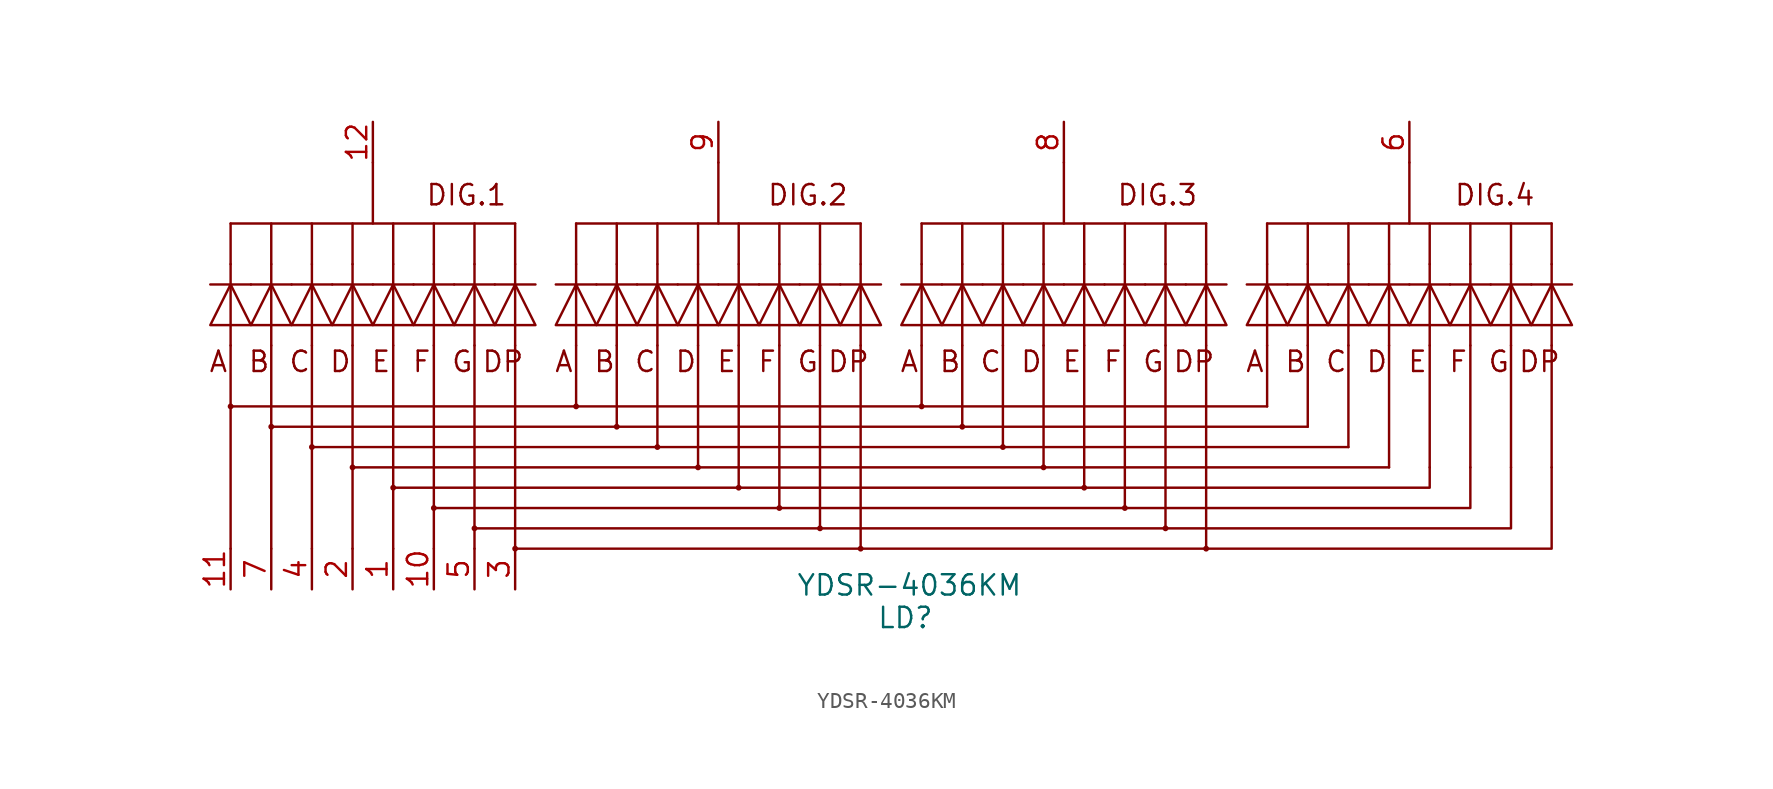
<source format=kicad_sym>
(kicad_symbol_lib
  (version 20241209)
  (generator "kicad_symbol_editor")
  (generator_version "9.0")
  (symbol "YDSR-4036KM"
    (property "Reference" "LD"
      (at 0.254 -13.208 0)
      (effects (font (size 1.27 1.27))))
    (property "Value" "YDSR-4036KM"
      (at 0.508 -11.176 0)
      (effects (font (size 1.27 1.27))))
    (symbol "YDSR-4036KM_0_1"
      (polyline (pts (xy -43.18 7.62) (xy -40.64 7.62) (xy -41.91 7.62) (xy -43.18 5.08) (xy -40.64 5.08) (xy -41.91 7.62)) (stroke (width 0) (type default)) (fill (type color) (color 0 0 0 0)))
      (polyline (pts (xy -41.91 8.89) (xy -41.91 11.43)) (stroke (width 0) (type default)) (fill (type none)))
      (polyline (pts (xy -41.91 8.89) (xy -41.91 3.81)) (stroke (width 0) (type default)) (fill (type none)))
      (polyline (pts (xy -41.91 3.81) (xy -41.91 -8.89)) (stroke (width 0) (type default)) (fill (type none)))
      (circle (center -41.91 0) (radius 0.107) (stroke (width 0) (type default)) (fill (type color) (color 0 0 0 0)))
      (polyline (pts (xy -40.64 7.62) (xy -38.1 7.62) (xy -39.37 7.62) (xy -40.64 5.08) (xy -38.1 5.08) (xy -39.37 7.62)) (stroke (width 0) (type default)) (fill (type color) (color 0 0 0 0)))
      (polyline (pts (xy -39.37 8.89) (xy -39.37 11.43)) (stroke (width 0) (type default)) (fill (type none)))
      (polyline (pts (xy -39.37 8.89) (xy -39.37 3.81)) (stroke (width 0) (type default)) (fill (type none)))
      (polyline (pts (xy -39.37 3.81) (xy -39.37 -8.89)) (stroke (width 0) (type default)) (fill (type none)))
      (circle (center -39.37 -1.27) (radius 0.107) (stroke (width 0) (type default)) (fill (type color) (color 0 0 0 0)))
      (polyline (pts (xy -38.1 7.62) (xy -35.56 7.62) (xy -36.83 7.62) (xy -38.1 5.08) (xy -35.56 5.08) (xy -36.83 7.62)) (stroke (width 0) (type default)) (fill (type color) (color 0 0 0 0)))
      (polyline (pts (xy -36.83 8.89) (xy -36.83 11.43)) (stroke (width 0) (type default)) (fill (type none)))
      (polyline (pts (xy -36.83 8.89) (xy -36.83 3.81)) (stroke (width 0) (type default)) (fill (type none)))
      (polyline (pts (xy -36.83 3.81) (xy -36.83 -8.89)) (stroke (width 0) (type default)) (fill (type none)))
      (circle (center -36.83 -2.54) (radius 0.107) (stroke (width 0) (type default)) (fill (type color) (color 0 0 0 0)))
      (polyline (pts (xy -35.56 7.62) (xy -33.02 7.62) (xy -34.29 7.62) (xy -35.56 5.08) (xy -33.02 5.08) (xy -34.29 7.62)) (stroke (width 0) (type default)) (fill (type color) (color 0 0 0 0)))
      (polyline (pts (xy -34.29 8.89) (xy -34.29 11.43)) (stroke (width 0) (type default)) (fill (type none)))
      (polyline (pts (xy -34.29 8.89) (xy -34.29 3.81)) (stroke (width 0) (type default)) (fill (type none)))
      (polyline (pts (xy -34.29 3.81) (xy -34.29 -8.89)) (stroke (width 0) (type default)) (fill (type none)))
      (circle (center -34.29 -3.81) (radius 0.107) (stroke (width 0) (type default)) (fill (type color) (color 0 0 0 0)))
      (polyline (pts (xy -33.02 15.24) (xy -33.02 11.43)) (stroke (width 0) (type default)) (fill (type none)))
      (polyline (pts (xy -33.02 7.62) (xy -30.48 7.62) (xy -31.75 7.62) (xy -33.02 5.08) (xy -30.48 5.08) (xy -31.75 7.62)) (stroke (width 0) (type default)) (fill (type color) (color 0 0 0 0)))
      (polyline (pts (xy -31.75 8.89) (xy -31.75 11.43)) (stroke (width 0) (type default)) (fill (type none)))
      (polyline (pts (xy -31.75 8.89) (xy -31.75 3.81)) (stroke (width 0) (type default)) (fill (type none)))
      (polyline (pts (xy -31.75 3.81) (xy -31.75 -8.89)) (stroke (width 0) (type default)) (fill (type none)))
      (circle (center -31.75 -5.08) (radius 0.107) (stroke (width 0) (type default)) (fill (type color) (color 0 0 0 0)))
      (polyline (pts (xy -30.48 7.62) (xy -27.94 7.62) (xy -29.21 7.62) (xy -30.48 5.08) (xy -27.94 5.08) (xy -29.21 7.62)) (stroke (width 0) (type default)) (fill (type color) (color 0 0 0 0)))
      (polyline (pts (xy -29.21 8.89) (xy -29.21 11.43)) (stroke (width 0) (type default)) (fill (type none)))
      (polyline (pts (xy -29.21 8.89) (xy -29.21 3.81)) (stroke (width 0) (type default)) (fill (type none)))
      (polyline (pts (xy -29.21 3.81) (xy -29.21 -8.89)) (stroke (width 0) (type default)) (fill (type none)))
      (circle (center -29.21 -6.35) (radius 0.107) (stroke (width 0) (type default)) (fill (type color) (color 0 0 0 0)))
      (polyline (pts (xy -27.94 7.62) (xy -25.4 7.62) (xy -26.67 7.62) (xy -27.94 5.08) (xy -25.4 5.08) (xy -26.67 7.62)) (stroke (width 0) (type default)) (fill (type color) (color 0 0 0 0)))
      (polyline (pts (xy -26.67 8.89) (xy -26.67 11.43)) (stroke (width 0) (type default)) (fill (type none)))
      (polyline (pts (xy -26.67 8.89) (xy -26.67 3.81)) (stroke (width 0) (type default)) (fill (type none)))
      (polyline (pts (xy -26.67 3.81) (xy -26.67 -8.89)) (stroke (width 0) (type default)) (fill (type none)))
      (circle (center -26.67 -7.62) (radius 0.107) (stroke (width 0) (type default)) (fill (type color) (color 0 0 0 0)))
      (polyline (pts (xy -25.4 7.62) (xy -22.86 7.62) (xy -24.13 7.62) (xy -25.4 5.08) (xy -22.86 5.08) (xy -24.13 7.62)) (stroke (width 0) (type default)) (fill (type color) (color 0 0 0 0)))
      (polyline (pts (xy -24.13 11.43) (xy -41.91 11.43)) (stroke (width 0) (type default)) (fill (type none)))
      (polyline (pts (xy -24.13 8.89) (xy -24.13 11.43)) (stroke (width 0) (type default)) (fill (type none)))
      (polyline (pts (xy -24.13 8.89) (xy -24.13 3.81)) (stroke (width 0) (type default)) (fill (type none)))
      (polyline (pts (xy -24.13 3.81) (xy -24.13 -8.89)) (stroke (width 0) (type default)) (fill (type none)))
      (circle (center -24.13 -8.89) (radius 0.107) (stroke (width 0) (type default)) (fill (type color) (color 0 0 0 0)))
      (polyline (pts (xy -24.13 -8.89) (xy 40.64 -8.89) (xy 40.64 -3.81)) (stroke (width 0) (type default)) (fill (type none)))
      (polyline (pts (xy -21.59 7.62) (xy -19.05 7.62) (xy -20.32 7.62) (xy -21.59 5.08) (xy -19.05 5.08) (xy -20.32 7.62)) (stroke (width 0) (type default)) (fill (type color) (color 0 0 0 0)))
      (polyline (pts (xy -20.32 8.89) (xy -20.32 11.43)) (stroke (width 0) (type default)) (fill (type none)))
      (polyline (pts (xy -20.32 8.89) (xy -20.32 3.81)) (stroke (width 0) (type default)) (fill (type none)))
      (polyline (pts (xy -20.32 3.81) (xy -20.32 0)) (stroke (width 0) (type default)) (fill (type none)))
      (circle (center -20.32 0) (radius 0.107) (stroke (width 0) (type default)) (fill (type color) (color 0 0 0 0)))
      (polyline (pts (xy -19.05 7.62) (xy -16.51 7.62) (xy -17.78 7.62) (xy -19.05 5.08) (xy -16.51 5.08) (xy -17.78 7.62)) (stroke (width 0) (type default)) (fill (type color) (color 0 0 0 0)))
      (polyline (pts (xy -17.78 8.89) (xy -17.78 11.43)) (stroke (width 0) (type default)) (fill (type none)))
      (polyline (pts (xy -17.78 8.89) (xy -17.78 3.81)) (stroke (width 0) (type default)) (fill (type none)))
      (polyline (pts (xy -17.78 3.81) (xy -17.78 -1.27)) (stroke (width 0) (type default)) (fill (type none)))
      (circle (center -17.78 -1.27) (radius 0.107) (stroke (width 0) (type default)) (fill (type color) (color 0 0 0 0)))
      (polyline (pts (xy -16.51 7.62) (xy -13.97 7.62) (xy -15.24 7.62) (xy -16.51 5.08) (xy -13.97 5.08) (xy -15.24 7.62)) (stroke (width 0) (type default)) (fill (type color) (color 0 0 0 0)))
      (polyline (pts (xy -15.24 8.89) (xy -15.24 11.43)) (stroke (width 0) (type default)) (fill (type none)))
      (polyline (pts (xy -15.24 8.89) (xy -15.24 3.81)) (stroke (width 0) (type default)) (fill (type none)))
      (polyline (pts (xy -15.24 3.81) (xy -15.24 -2.54)) (stroke (width 0) (type default)) (fill (type none)))
      (circle (center -15.24 -2.54) (radius 0.107) (stroke (width 0) (type default)) (fill (type color) (color 0 0 0 0)))
      (polyline (pts (xy -13.97 7.62) (xy -11.43 7.62) (xy -12.7 7.62) (xy -13.97 5.08) (xy -11.43 5.08) (xy -12.7 7.62)) (stroke (width 0) (type default)) (fill (type color) (color 0 0 0 0)))
      (polyline (pts (xy -12.7 8.89) (xy -12.7 11.43)) (stroke (width 0) (type default)) (fill (type none)))
      (polyline (pts (xy -12.7 8.89) (xy -12.7 3.81)) (stroke (width 0) (type default)) (fill (type none)))
      (polyline (pts (xy -12.7 3.81) (xy -12.7 -3.81)) (stroke (width 0) (type default)) (fill (type none)))
      (circle (center -12.7 -3.81) (radius 0.107) (stroke (width 0) (type default)) (fill (type color) (color 0 0 0 0)))
      (polyline (pts (xy -11.43 15.24) (xy -11.43 11.43)) (stroke (width 0) (type default)) (fill (type none)))
      (polyline (pts (xy -11.43 7.62) (xy -8.89 7.62) (xy -10.16 7.62) (xy -11.43 5.08) (xy -8.89 5.08) (xy -10.16 7.62)) (stroke (width 0) (type default)) (fill (type color) (color 0 0 0 0)))
      (polyline (pts (xy -10.16 8.89) (xy -10.16 11.43)) (stroke (width 0) (type default)) (fill (type none)))
      (polyline (pts (xy -10.16 8.89) (xy -10.16 3.81)) (stroke (width 0) (type default)) (fill (type none)))
      (polyline (pts (xy -10.16 3.81) (xy -10.16 -5.08)) (stroke (width 0) (type default)) (fill (type none)))
      (circle (center -10.16 -5.08) (radius 0.107) (stroke (width 0) (type default)) (fill (type color) (color 0 0 0 0)))
      (polyline (pts (xy -8.89 7.62) (xy -6.35 7.62) (xy -7.62 7.62) (xy -8.89 5.08) (xy -6.35 5.08) (xy -7.62 7.62)) (stroke (width 0) (type default)) (fill (type color) (color 0 0 0 0)))
      (polyline (pts (xy -7.62 8.89) (xy -7.62 11.43)) (stroke (width 0) (type default)) (fill (type none)))
      (polyline (pts (xy -7.62 8.89) (xy -7.62 3.81)) (stroke (width 0) (type default)) (fill (type none)))
      (polyline (pts (xy -7.62 3.81) (xy -7.62 -6.35)) (stroke (width 0) (type default)) (fill (type none)))
      (circle (center -7.62 -6.35) (radius 0.107) (stroke (width 0) (type default)) (fill (type color) (color 0 0 0 0)))
      (polyline (pts (xy -6.35 7.62) (xy -3.81 7.62) (xy -5.08 7.62) (xy -6.35 5.08) (xy -3.81 5.08) (xy -5.08 7.62)) (stroke (width 0) (type default)) (fill (type color) (color 0 0 0 0)))
      (polyline (pts (xy -5.08 8.89) (xy -5.08 11.43)) (stroke (width 0) (type default)) (fill (type none)))
      (polyline (pts (xy -5.08 8.89) (xy -5.08 3.81)) (stroke (width 0) (type default)) (fill (type none)))
      (polyline (pts (xy -5.08 3.81) (xy -5.08 -7.62)) (stroke (width 0) (type default)) (fill (type none)))
      (circle (center -5.08 -7.62) (radius 0.107) (stroke (width 0) (type default)) (fill (type color) (color 0 0 0 0)))
      (polyline (pts (xy -3.81 7.62) (xy -1.27 7.62) (xy -2.54 7.62) (xy -3.81 5.08) (xy -1.27 5.08) (xy -2.54 7.62)) (stroke (width 0) (type default)) (fill (type color) (color 0 0 0 0)))
      (polyline (pts (xy -2.54 11.43) (xy -20.32 11.43)) (stroke (width 0) (type default)) (fill (type none)))
      (polyline (pts (xy -2.54 8.89) (xy -2.54 11.43)) (stroke (width 0) (type default)) (fill (type none)))
      (polyline (pts (xy -2.54 8.89) (xy -2.54 3.81)) (stroke (width 0) (type default)) (fill (type none)))
      (polyline (pts (xy -2.54 3.81) (xy -2.54 -8.89)) (stroke (width 0) (type default)) (fill (type none)))
      (circle (center -2.54 -8.89) (radius 0.107) (stroke (width 0) (type default)) (fill (type color) (color 0 0 0 0)))
      (polyline (pts (xy 0 7.62) (xy 2.54 7.62) (xy 1.27 7.62) (xy 0 5.08) (xy 2.54 5.08) (xy 1.27 7.62)) (stroke (width 0) (type default)) (fill (type color) (color 0 0 0 0)))
      (polyline (pts (xy 1.27 8.89) (xy 1.27 11.43)) (stroke (width 0) (type default)) (fill (type none)))
      (polyline (pts (xy 1.27 8.89) (xy 1.27 3.81)) (stroke (width 0) (type default)) (fill (type none)))
      (polyline (pts (xy 1.27 3.81) (xy 1.27 0)) (stroke (width 0) (type default)) (fill (type none)))
      (circle (center 1.27 0) (radius 0.107) (stroke (width 0) (type default)) (fill (type color) (color 0 0 0 0)))
      (polyline (pts (xy 2.54 7.62) (xy 5.08 7.62) (xy 3.81 7.62) (xy 2.54 5.08) (xy 5.08 5.08) (xy 3.81 7.62)) (stroke (width 0) (type default)) (fill (type color) (color 0 0 0 0)))
      (polyline (pts (xy 3.81 8.89) (xy 3.81 11.43)) (stroke (width 0) (type default)) (fill (type none)))
      (polyline (pts (xy 3.81 8.89) (xy 3.81 3.81)) (stroke (width 0) (type default)) (fill (type none)))
      (polyline (pts (xy 3.81 3.81) (xy 3.81 -1.27)) (stroke (width 0) (type default)) (fill (type none)))
      (circle (center 3.81 -1.27) (radius 0.107) (stroke (width 0) (type default)) (fill (type color) (color 0 0 0 0)))
      (polyline (pts (xy 5.08 7.62) (xy 7.62 7.62) (xy 6.35 7.62) (xy 5.08 5.08) (xy 7.62 5.08) (xy 6.35 7.62)) (stroke (width 0) (type default)) (fill (type color) (color 0 0 0 0)))
      (polyline (pts (xy 6.35 8.89) (xy 6.35 11.43)) (stroke (width 0) (type default)) (fill (type none)))
      (polyline (pts (xy 6.35 8.89) (xy 6.35 3.81)) (stroke (width 0) (type default)) (fill (type none)))
      (polyline (pts (xy 6.35 3.81) (xy 6.35 -2.54)) (stroke (width 0) (type default)) (fill (type none)))
      (circle (center 6.35 -2.54) (radius 0.107) (stroke (width 0) (type default)) (fill (type color) (color 0 0 0 0)))
      (polyline (pts (xy 7.62 7.62) (xy 10.16 7.62) (xy 8.89 7.62) (xy 7.62 5.08) (xy 10.16 5.08) (xy 8.89 7.62)) (stroke (width 0) (type default)) (fill (type color) (color 0 0 0 0)))
      (polyline (pts (xy 8.89 8.89) (xy 8.89 11.43)) (stroke (width 0) (type default)) (fill (type none)))
      (polyline (pts (xy 8.89 8.89) (xy 8.89 3.81)) (stroke (width 0) (type default)) (fill (type none)))
      (polyline (pts (xy 8.89 3.81) (xy 8.89 -3.81)) (stroke (width 0) (type default)) (fill (type none)))
      (circle (center 8.89 -3.81) (radius 0.107) (stroke (width 0) (type default)) (fill (type color) (color 0 0 0 0)))
      (polyline (pts (xy 10.16 15.24) (xy 10.16 11.43)) (stroke (width 0) (type default)) (fill (type none)))
      (polyline (pts (xy 10.16 7.62) (xy 12.7 7.62) (xy 11.43 7.62) (xy 10.16 5.08) (xy 12.7 5.08) (xy 11.43 7.62)) (stroke (width 0) (type default)) (fill (type color) (color 0 0 0 0)))
      (polyline (pts (xy 11.43 8.89) (xy 11.43 11.43)) (stroke (width 0) (type default)) (fill (type none)))
      (polyline (pts (xy 11.43 8.89) (xy 11.43 3.81)) (stroke (width 0) (type default)) (fill (type none)))
      (polyline (pts (xy 11.43 3.81) (xy 11.43 -5.08)) (stroke (width 0) (type default)) (fill (type none)))
      (circle (center 11.43 -5.08) (radius 0.107) (stroke (width 0) (type default)) (fill (type color) (color 0 0 0 0)))
      (polyline (pts (xy 12.7 7.62) (xy 15.24 7.62) (xy 13.97 7.62) (xy 12.7 5.08) (xy 15.24 5.08) (xy 13.97 7.62)) (stroke (width 0) (type default)) (fill (type color) (color 0 0 0 0)))
      (polyline (pts (xy 13.97 8.89) (xy 13.97 11.43)) (stroke (width 0) (type default)) (fill (type none)))
      (polyline (pts (xy 13.97 8.89) (xy 13.97 3.81)) (stroke (width 0) (type default)) (fill (type none)))
      (polyline (pts (xy 13.97 3.81) (xy 13.97 -6.35)) (stroke (width 0) (type default)) (fill (type none)))
      (circle (center 13.97 -6.35) (radius 0.107) (stroke (width 0) (type default)) (fill (type color) (color 0 0 0 0)))
      (polyline (pts (xy 15.24 7.62) (xy 17.78 7.62) (xy 16.51 7.62) (xy 15.24 5.08) (xy 17.78 5.08) (xy 16.51 7.62)) (stroke (width 0) (type default)) (fill (type color) (color 0 0 0 0)))
      (polyline (pts (xy 16.51 8.89) (xy 16.51 11.43)) (stroke (width 0) (type default)) (fill (type none)))
      (polyline (pts (xy 16.51 8.89) (xy 16.51 3.81)) (stroke (width 0) (type default)) (fill (type none)))
      (polyline (pts (xy 16.51 3.81) (xy 16.51 -7.62)) (stroke (width 0) (type default)) (fill (type none)))
      (circle (center 16.51 -7.62) (radius 0.107) (stroke (width 0) (type default)) (fill (type color) (color 0 0 0 0)))
      (polyline (pts (xy 17.78 7.62) (xy 20.32 7.62) (xy 19.05 7.62) (xy 17.78 5.08) (xy 20.32 5.08) (xy 19.05 7.62)) (stroke (width 0) (type default)) (fill (type color) (color 0 0 0 0)))
      (polyline (pts (xy 19.05 11.43) (xy 1.27 11.43)) (stroke (width 0) (type default)) (fill (type none)))
      (polyline (pts (xy 19.05 8.89) (xy 19.05 11.43)) (stroke (width 0) (type default)) (fill (type none)))
      (polyline (pts (xy 19.05 8.89) (xy 19.05 3.81)) (stroke (width 0) (type default)) (fill (type none)))
      (polyline (pts (xy 19.05 3.81) (xy 19.05 -8.89)) (stroke (width 0) (type default)) (fill (type none)))
      (circle (center 19.05 -8.89) (radius 0.107) (stroke (width 0) (type default)) (fill (type color) (color 0 0 0 0)))
      (polyline (pts (xy 21.59 7.62) (xy 24.13 7.62) (xy 22.86 7.62) (xy 21.59 5.08) (xy 24.13 5.08) (xy 22.86 7.62)) (stroke (width 0) (type default)) (fill (type color) (color 0 0 0 0)))
      (polyline (pts (xy 22.86 8.89) (xy 22.86 11.43)) (stroke (width 0) (type default)) (fill (type none)))
      (polyline (pts (xy 22.86 8.89) (xy 22.86 3.81)) (stroke (width 0) (type default)) (fill (type none)))
      (polyline (pts (xy 22.86 3.81) (xy 22.86 0)) (stroke (width 0) (type default)) (fill (type none)))
      (polyline (pts (xy 22.86 0) (xy -41.91 0)) (stroke (width 0) (type default)) (fill (type none)))
      (polyline (pts (xy 24.13 7.62) (xy 26.67 7.62) (xy 25.4 7.62) (xy 24.13 5.08) (xy 26.67 5.08) (xy 25.4 7.62)) (stroke (width 0) (type default)) (fill (type color) (color 0 0 0 0)))
      (polyline (pts (xy 25.4 8.89) (xy 25.4 11.43)) (stroke (width 0) (type default)) (fill (type none)))
      (polyline (pts (xy 25.4 8.89) (xy 25.4 3.81)) (stroke (width 0) (type default)) (fill (type none)))
      (polyline (pts (xy 25.4 3.81) (xy 25.4 -1.27)) (stroke (width 0) (type default)) (fill (type none)))
      (polyline (pts (xy 25.4 -1.27) (xy -39.37 -1.27)) (stroke (width 0) (type default)) (fill (type none)))
      (polyline (pts (xy 26.67 7.62) (xy 29.21 7.62) (xy 27.94 7.62) (xy 26.67 5.08) (xy 29.21 5.08) (xy 27.94 7.62)) (stroke (width 0) (type default)) (fill (type color) (color 0 0 0 0)))
      (polyline (pts (xy 27.94 8.89) (xy 27.94 11.43)) (stroke (width 0) (type default)) (fill (type none)))
      (polyline (pts (xy 27.94 8.89) (xy 27.94 3.81)) (stroke (width 0) (type default)) (fill (type none)))
      (polyline (pts (xy 27.94 3.81) (xy 27.94 -2.54)) (stroke (width 0) (type default)) (fill (type none)))
      (polyline (pts (xy 27.94 -2.54) (xy -36.83 -2.54)) (stroke (width 0) (type default)) (fill (type none)))
      (polyline (pts (xy 29.21 7.62) (xy 31.75 7.62) (xy 30.48 7.62) (xy 29.21 5.08) (xy 31.75 5.08) (xy 30.48 7.62)) (stroke (width 0) (type default)) (fill (type color) (color 0 0 0 0)))
      (polyline (pts (xy 30.48 8.89) (xy 30.48 11.43)) (stroke (width 0) (type default)) (fill (type none)))
      (polyline (pts (xy 30.48 8.89) (xy 30.48 3.81)) (stroke (width 0) (type default)) (fill (type none)))
      (polyline (pts (xy 30.48 3.81) (xy 30.48 -3.81)) (stroke (width 0) (type default)) (fill (type none)))
      (polyline (pts (xy 30.48 -3.81) (xy -34.29 -3.81)) (stroke (width 0) (type default)) (fill (type none)))
      (polyline (pts (xy 31.75 15.24) (xy 31.75 11.43)) (stroke (width 0) (type default)) (fill (type none)))
      (polyline (pts (xy 31.75 7.62) (xy 34.29 7.62) (xy 33.02 7.62) (xy 31.75 5.08) (xy 34.29 5.08) (xy 33.02 7.62)) (stroke (width 0) (type default)) (fill (type color) (color 0 0 0 0)))
      (polyline (pts (xy 33.02 8.89) (xy 33.02 11.43)) (stroke (width 0) (type default)) (fill (type none)))
      (polyline (pts (xy 33.02 8.89) (xy 33.02 3.81)) (stroke (width 0) (type default)) (fill (type none)))
      (polyline (pts (xy 33.02 3.81) (xy 33.02 -3.81)) (stroke (width 0) (type default)) (fill (type none)))
      (polyline (pts (xy 33.02 -3.81) (xy 33.02 -5.08) (xy -31.75 -5.08)) (stroke (width 0) (type default)) (fill (type none)))
      (polyline (pts (xy 34.29 7.62) (xy 36.83 7.62) (xy 35.56 7.62) (xy 34.29 5.08) (xy 36.83 5.08) (xy 35.56 7.62)) (stroke (width 0) (type default)) (fill (type color) (color 0 0 0 0)))
      (polyline (pts (xy 35.56 8.89) (xy 35.56 11.43)) (stroke (width 0) (type default)) (fill (type none)))
      (polyline (pts (xy 35.56 8.89) (xy 35.56 3.81)) (stroke (width 0) (type default)) (fill (type none)))
      (polyline (pts (xy 35.56 3.81) (xy 35.56 -3.81)) (stroke (width 0) (type default)) (fill (type none)))
      (polyline (pts (xy 35.56 -3.81) (xy 35.56 -6.35) (xy -29.21 -6.35)) (stroke (width 0) (type default)) (fill (type none)))
      (polyline (pts (xy 36.83 7.62) (xy 39.37 7.62) (xy 38.1 7.62) (xy 36.83 5.08) (xy 39.37 5.08) (xy 38.1 7.62)) (stroke (width 0) (type default)) (fill (type color) (color 0 0 0 0)))
      (polyline (pts (xy 38.1 8.89) (xy 38.1 11.43)) (stroke (width 0) (type default)) (fill (type none)))
      (polyline (pts (xy 38.1 8.89) (xy 38.1 3.81)) (stroke (width 0) (type default)) (fill (type none)))
      (polyline (pts (xy 38.1 3.81) (xy 38.1 -3.81)) (stroke (width 0) (type default)) (fill (type none)))
      (polyline (pts (xy 38.1 -3.81) (xy 38.1 -7.62) (xy -26.67 -7.62)) (stroke (width 0) (type default)) (fill (type none)))
      (polyline (pts (xy 39.37 7.62) (xy 41.91 7.62) (xy 40.64 7.62) (xy 39.37 5.08) (xy 41.91 5.08) (xy 40.64 7.62)) (stroke (width 0) (type default)) (fill (type color) (color 0 0 0 0)))
      (polyline (pts (xy 40.64 11.43) (xy 22.86 11.43)) (stroke (width 0) (type default)) (fill (type none)))
      (polyline (pts (xy 40.64 8.89) (xy 40.64 11.43)) (stroke (width 0) (type default)) (fill (type none)))
      (polyline (pts (xy 40.64 8.89) (xy 40.64 3.81)) (stroke (width 0) (type default)) (fill (type none)))
      (polyline (pts (xy 40.64 3.81) (xy 40.64 -3.81)) (stroke (width 0) (type default)) (fill (type none))))
    (symbol "YDSR-4036KM_1_1"
      (text "A" (at -42.672 2.794 0) (effects (font (size 1.27 1.27))))
      (text "B" (at -40.132 2.794 0) (effects (font (size 1.27 1.27))))
      (text "C" (at -37.592 2.794 0) (effects (font (size 1.27 1.27))))
      (text "D" (at -35.052 2.794 0) (effects (font (size 1.27 1.27))))
      (text "E" (at -32.512 2.794 0) (effects (font (size 1.27 1.27))))
      (text "F" (at -29.972 2.794 0) (effects (font (size 1.27 1.27))))
      (text "G" (at -27.432 2.794 0) (effects (font (size 1.27 1.27))))
      (text "DIG.1" (at -27.178 13.208 0) (effects (font (size 1.27 1.27))))
      (text "DP" (at -24.892 2.794 0) (effects (font (size 1.27 1.27))))
      (text "A" (at -21.082 2.794 0) (effects (font (size 1.27 1.27))))
      (text "B" (at -18.542 2.794 0) (effects (font (size 1.27 1.27))))
      (text "C" (at -16.002 2.794 0) (effects (font (size 1.27 1.27))))
      (text "D" (at -13.462 2.794 0) (effects (font (size 1.27 1.27))))
      (text "E" (at -10.922 2.794 0) (effects (font (size 1.27 1.27))))
      (text "F" (at -8.382 2.794 0) (effects (font (size 1.27 1.27))))
      (text "DIG.2" (at -5.842 13.208 0) (effects (font (size 1.27 1.27))))
      (text "G" (at -5.842 2.794 0) (effects (font (size 1.27 1.27))))
      (text "DP" (at -3.302 2.794 0) (effects (font (size 1.27 1.27))))
      (text "A" (at 0.508 2.794 0) (effects (font (size 1.27 1.27))))
      (text "B" (at 3.048 2.794 0) (effects (font (size 1.27 1.27))))
      (text "C" (at 5.588 2.794 0) (effects (font (size 1.27 1.27))))
      (text "D" (at 8.128 2.794 0) (effects (font (size 1.27 1.27))))
      (text "E" (at 10.668 2.794 0) (effects (font (size 1.27 1.27))))
      (text "F" (at 13.208 2.794 0) (effects (font (size 1.27 1.27))))
      (text "G" (at 15.748 2.794 0) (effects (font (size 1.27 1.27))))
      (text "DIG.3" (at 16.002 13.208 0) (effects (font (size 1.27 1.27))))
      (text "DP" (at 18.288 2.794 0) (effects (font (size 1.27 1.27))))
      (text "A" (at 22.098 2.794 0) (effects (font (size 1.27 1.27))))
      (text "B" (at 24.638 2.794 0) (effects (font (size 1.27 1.27))))
      (text "C" (at 27.178 2.794 0) (effects (font (size 1.27 1.27))))
      (text "D" (at 29.718 2.794 0) (effects (font (size 1.27 1.27))))
      (text "E" (at 32.258 2.794 0) (effects (font (size 1.27 1.27))))
      (text "F" (at 34.798 2.794 0) (effects (font (size 1.27 1.27))))
      (text "DIG.4" (at 37.084 13.208 0) (effects (font (size 1.27 1.27))))
      (text "G" (at 37.338 2.794 0) (effects (font (size 1.27 1.27))))
      (text "DP" (at 39.878 2.794 0) (effects (font (size 1.27 1.27))))
      (pin input line (at -41.91 -11.43 90) (length 2.54) (name "" (effects (font (size 1.27 1.27)))) (number "11" (effects (font (size 1.27 1.27)))))
      (pin input line (at -39.37 -11.43 90) (length 2.54) (name "" (effects (font (size 1.27 1.27)))) (number "7" (effects (font (size 1.27 1.27)))))
      (pin input line (at -36.83 -11.43 90) (length 2.54) (name "" (effects (font (size 1.27 1.27)))) (number "4" (effects (font (size 1.27 1.27)))))
      (pin input line (at -34.29 -11.43 90) (length 2.54) (name "" (effects (font (size 1.27 1.27)))) (number "2" (effects (font (size 1.27 1.27)))))
      (pin output line (at -33.02 17.78 270) (length 2.54) (name "" (effects (font (size 1.27 1.27)))) (number "12" (effects (font (size 1.27 1.27)))))
      (pin input line (at -31.75 -11.43 90) (length 2.54) (name "" (effects (font (size 1.27 1.27)))) (number "1" (effects (font (size 1.27 1.27)))))
      (pin input line (at -29.21 -11.43 90) (length 2.54) (name "" (effects (font (size 1.27 1.27)))) (number "10" (effects (font (size 1.27 1.27)))))
      (pin input line (at -26.67 -11.43 90) (length 2.54) (name "" (effects (font (size 1.27 1.27)))) (number "5" (effects (font (size 1.27 1.27)))))
      (pin input line (at -24.13 -11.43 90) (length 2.54) (name "" (effects (font (size 1.27 1.27)))) (number "3" (effects (font (size 1.27 1.27)))))
      (pin output line (at -11.43 17.78 270) (length 2.54) (name "" (effects (font (size 1.27 1.27)))) (number "9" (effects (font (size 1.27 1.27)))))
      (pin output line (at 10.16 17.78 270) (length 2.54) (name "" (effects (font (size 1.27 1.27)))) (number "8" (effects (font (size 1.27 1.27)))))
      (pin output line (at 31.75 17.78 270) (length 2.54) (name "" (effects (font (size 1.27 1.27)))) (number "6" (effects (font (size 1.27 1.27))))))))
</source>
